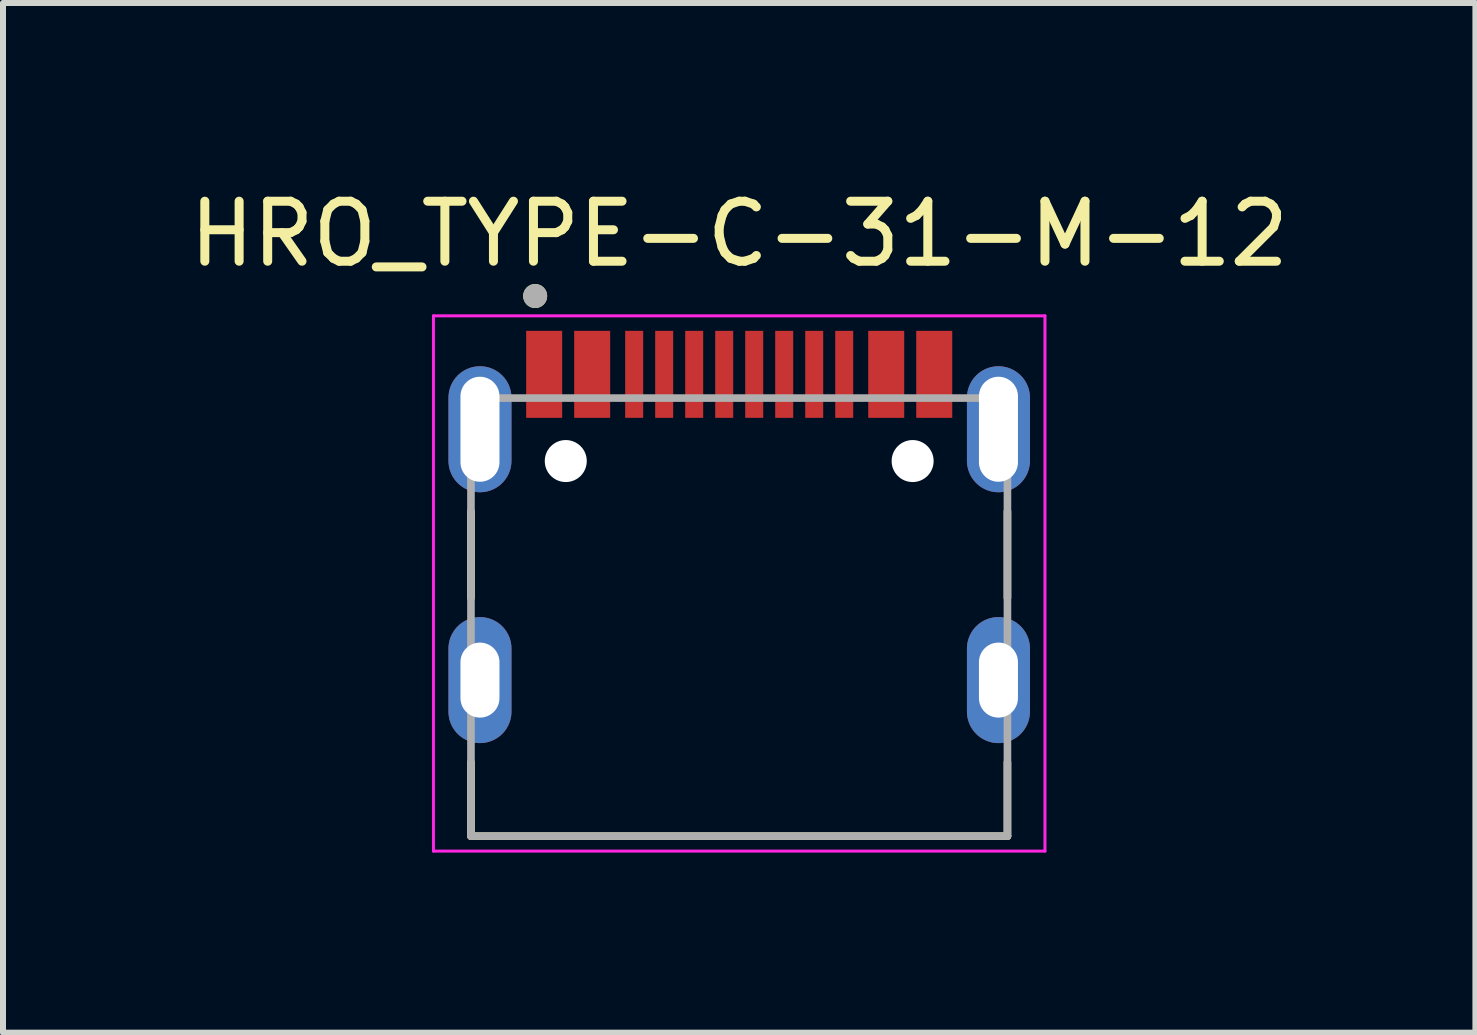
<source format=kicad_pcb>
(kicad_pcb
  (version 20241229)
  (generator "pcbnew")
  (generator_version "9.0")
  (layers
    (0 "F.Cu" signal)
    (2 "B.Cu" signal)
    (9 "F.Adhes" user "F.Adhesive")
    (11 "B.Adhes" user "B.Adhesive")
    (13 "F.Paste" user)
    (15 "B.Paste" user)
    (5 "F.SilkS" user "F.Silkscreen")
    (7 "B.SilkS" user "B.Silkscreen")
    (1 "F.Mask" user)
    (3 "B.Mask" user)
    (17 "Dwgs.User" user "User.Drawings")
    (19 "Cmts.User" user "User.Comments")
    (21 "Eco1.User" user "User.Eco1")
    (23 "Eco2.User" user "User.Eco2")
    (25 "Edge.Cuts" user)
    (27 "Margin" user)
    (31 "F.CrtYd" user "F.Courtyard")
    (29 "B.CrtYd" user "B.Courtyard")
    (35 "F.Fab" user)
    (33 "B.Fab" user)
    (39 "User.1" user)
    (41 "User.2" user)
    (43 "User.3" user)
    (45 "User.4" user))
  (footprint "HRO_TYPE-C-31-M-12"
    (layer "F.Cu")
    (at 9.268 8.283)
    (property "Reference" "HRO_TYPE-C-31-M-12" (at 0 -7.435 0) (layer "F.SilkS") (effects (font (size 1 1) (thickness 0.15))))
    (attr through_hole)
    (fp_line (start -4.47 -2.81) (end -4.47 -1.37) (stroke (width 0.127) (type solid)) (layer "F.SilkS"))
    (fp_line (start -4.47 2.6) (end -4.47 1.37) (stroke (width 0.127) (type solid)) (layer "F.SilkS"))
    (fp_line (start 4.47 -2.81) (end 4.47 -1.37) (stroke (width 0.127) (type solid)) (layer "F.SilkS"))
    (fp_line (start 4.47 1.37) (end 4.47 2.6) (stroke (width 0.127) (type solid)) (layer "F.SilkS"))
    (fp_line (start 4.47 2.6) (end -4.47 2.6) (stroke (width 0.127) (type solid)) (layer "F.SilkS"))
    (fp_circle (center -3.4 -6.4) (end -3.3 -6.4) (stroke (width 0.2) (type solid)) (fill no) (layer "F.SilkS"))
    (fp_line (start -5.095 -6.07) (end -5.095 2.85) (stroke (width 0.05) (type solid)) (layer "F.CrtYd"))
    (fp_line (start -5.095 2.85) (end 5.095 2.85) (stroke (width 0.05) (type solid)) (layer "F.CrtYd"))
    (fp_line (start 5.095 -6.07) (end -5.095 -6.07) (stroke (width 0.05) (type solid)) (layer "F.CrtYd"))
    (fp_line (start 5.095 2.85) (end 5.095 -6.07) (stroke (width 0.05) (type solid)) (layer "F.CrtYd"))
    (fp_line (start -4.47 -4.7) (end -4.47 2.6) (stroke (width 0.127) (type solid)) (layer "F.Fab"))
    (fp_line (start -4.47 2.6) (end 4.47 2.6) (stroke (width 0.127) (type solid)) (layer "F.Fab"))
    (fp_line (start 4.47 -4.7) (end -4.47 -4.7) (stroke (width 0.127) (type solid)) (layer "F.Fab"))
    (fp_line (start 4.47 2.6) (end 4.47 -4.7) (stroke (width 0.127) (type solid)) (layer "F.Fab"))
    (fp_circle (center -3.4 -6.4) (end -3.3 -6.4) (stroke (width 0.2) (type solid)) (fill no) (layer "F.Fab"))
    (pad "" np_thru_hole circle (at -2.89 -3.65) (size 0.7 0.7) (drill 0.7) (layers "*.Cu" "*.Mask"))
    (pad "" np_thru_hole circle (at 2.89 -3.65) (size 0.7 0.7) (drill 0.7) (layers "*.Cu" "*.Mask"))
    (pad "A1B12" smd rect (at -3.25 -5.095) (size 0.6 1.45) (layers "F.Cu" "F.Mask" "F.Paste"))
    (pad "A4B9" smd rect (at -2.45 -5.095) (size 0.6 1.45) (layers "F.Cu" "F.Mask" "F.Paste"))
    (pad "A5" smd rect (at -1.25 -5.095) (size 0.3 1.45) (layers "F.Cu" "F.Mask" "F.Paste"))
    (pad "A6" smd rect (at -0.25 -5.095) (size 0.3 1.45) (layers "F.Cu" "F.Mask" "F.Paste"))
    (pad "A7" smd rect (at 0.25 -5.095) (size 0.3 1.45) (layers "F.Cu" "F.Mask" "F.Paste"))
    (pad "A8" smd rect (at 1.25 -5.095) (size 0.3 1.45) (layers "F.Cu" "F.Mask" "F.Paste"))
    (pad "B1A12" smd rect (at 3.25 -5.095) (size 0.6 1.45) (layers "F.Cu" "F.Mask" "F.Paste"))
    (pad "B4A9" smd rect (at 2.45 -5.095) (size 0.6 1.45) (layers "F.Cu" "F.Mask" "F.Paste"))
    (pad "B5" smd rect (at 1.75 -5.095) (size 0.3 1.45) (layers "F.Cu" "F.Mask" "F.Paste"))
    (pad "B6" smd rect (at 0.75 -5.095) (size 0.3 1.45) (layers "F.Cu" "F.Mask" "F.Paste"))
    (pad "B7" smd rect (at -0.75 -5.095) (size 0.3 1.45) (layers "F.Cu" "F.Mask" "F.Paste"))
    (pad "B8" smd rect (at -1.75 -5.095) (size 0.3 1.45) (layers "F.Cu" "F.Mask" "F.Paste"))
    (pad "S1" thru_hole oval (at -4.32 -4.18) (size 1.05 2.1) (drill oval 0.65 1.75) (layers "*.Cu" "*.Mask"))
    (pad "S2" thru_hole oval (at 4.32 -4.18) (size 1.05 2.1) (drill oval 0.65 1.75) (layers "*.Cu" "*.Mask"))
    (pad "S3" thru_hole oval (at -4.32 0) (size 1.05 2.1) (drill oval 0.65 1.25) (layers "*.Cu" "*.Mask"))
    (pad "S4" thru_hole oval (at 4.32 0) (size 1.05 2.1) (drill oval 0.65 1.25) (layers "*.Cu" "*.Mask")))
  (gr_rect
    (start -3 -3)
    (end 21.536 14.158)
    (stroke (width 0.1) (type default))
    (fill no)
    (layer "Edge.Cuts")))
</source>
